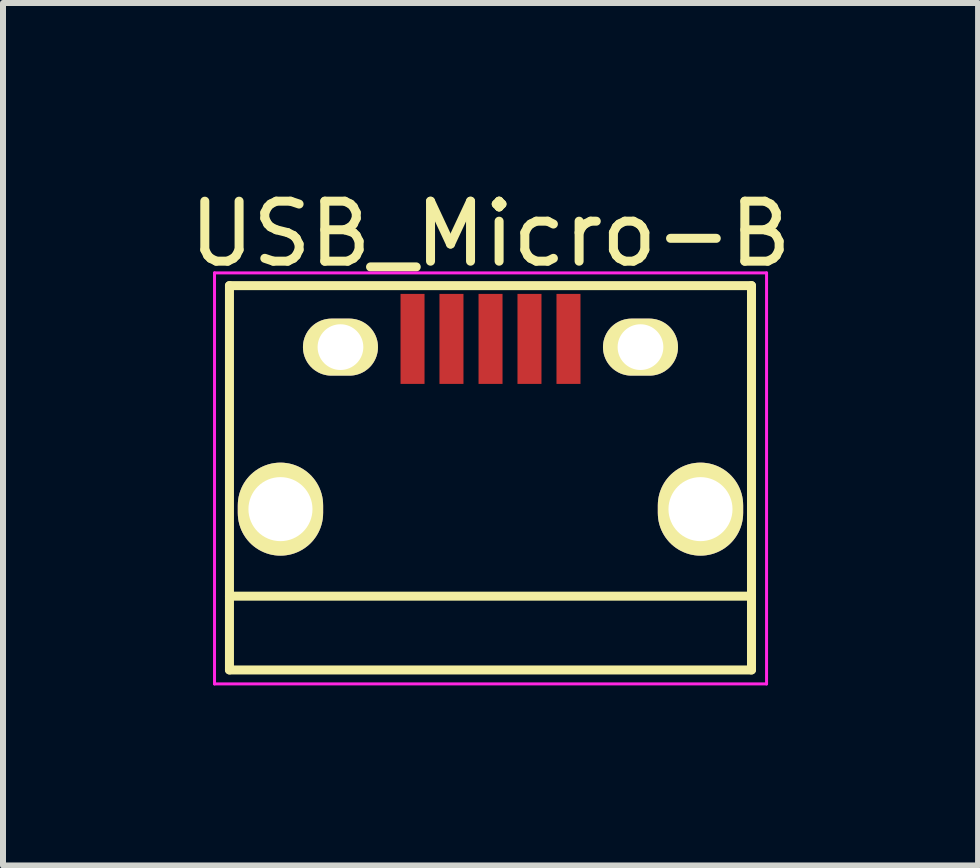
<source format=kicad_pcb>
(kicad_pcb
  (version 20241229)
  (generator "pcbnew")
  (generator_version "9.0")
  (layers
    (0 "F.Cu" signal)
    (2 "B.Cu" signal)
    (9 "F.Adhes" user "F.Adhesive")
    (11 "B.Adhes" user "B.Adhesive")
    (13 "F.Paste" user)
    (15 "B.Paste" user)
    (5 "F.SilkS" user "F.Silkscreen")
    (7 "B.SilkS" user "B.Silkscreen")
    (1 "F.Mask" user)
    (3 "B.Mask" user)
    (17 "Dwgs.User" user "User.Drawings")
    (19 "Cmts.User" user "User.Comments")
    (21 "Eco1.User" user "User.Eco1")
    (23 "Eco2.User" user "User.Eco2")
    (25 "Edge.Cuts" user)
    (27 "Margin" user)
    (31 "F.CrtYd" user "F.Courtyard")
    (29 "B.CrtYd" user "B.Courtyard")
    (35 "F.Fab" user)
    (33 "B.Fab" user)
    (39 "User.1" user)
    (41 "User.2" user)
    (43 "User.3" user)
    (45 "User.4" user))
  (footprint "USB_Micro-B"
    (layer "F.Cu")
    (at 5.125 4.298)
    (property "Reference" "USB_Micro-B" (at 0 -3.45 0) (layer "F.SilkS") (effects (font (size 1 1) (thickness 0.15))))
    (attr smd)
    (fp_line (start -4.351 -2.588) (end 4.349 -2.588) (stroke (width 0.15) (type solid)) (layer "F.SilkS"))
    (fp_line (start -4.351 3.817) (end -4.351 -2.588) (stroke (width 0.15) (type solid)) (layer "F.SilkS"))
    (fp_line (start -4.351 3.817) (end 4.349 3.817) (stroke (width 0.15) (type solid)) (layer "F.SilkS"))
    (fp_line (start 4.349 -2.588) (end 4.349 3.817) (stroke (width 0.15) (type solid)) (layer "F.SilkS"))
    (fp_line (start 4.349 2.587) (end -4.351 2.587) (stroke (width 0.15) (type solid)) (layer "F.SilkS"))
    (fp_line (start -4.6 -2.8) (end 4.6 -2.8) (stroke (width 0.05) (type solid)) (layer "F.CrtYd"))
    (fp_line (start -4.6 4.05) (end -4.6 -2.8) (stroke (width 0.05) (type solid)) (layer "F.CrtYd"))
    (fp_line (start 4.6 -2.8) (end 4.6 4.05) (stroke (width 0.05) (type solid)) (layer "F.CrtYd"))
    (fp_line (start 4.6 4.05) (end -4.6 4.05) (stroke (width 0.05) (type solid)) (layer "F.CrtYd"))
    (pad "1" smd rect (at -1.3 -1.7 90) (size 1.5 0.4) (layers "F.Cu" "F.Mask" "F.Paste"))
    (pad "2" smd rect (at -0.651 -1.7 90) (size 1.5 0.4) (layers "F.Cu" "F.Mask" "F.Paste"))
    (pad "3" smd rect (at 0 -1.7 90) (size 1.5 0.4) (layers "F.Cu" "F.Mask" "F.Paste"))
    (pad "4" smd rect (at 0.649 -1.7 90) (size 1.5 0.4) (layers "F.Cu" "F.Mask" "F.Paste"))
    (pad "5" smd rect (at 1.299 -1.7 90) (size 1.5 0.4) (layers "F.Cu" "F.Mask" "F.Paste"))
    (pad "6" thru_hole oval (at -3.501 1.137 90) (size 1.55 1.422) (drill oval 1.067) (layers "*.Cu" "*.Mask" "F.SilkS"))
    (pad "6" thru_hole oval (at -2.501 -1.563 90) (size 0.95 1.25) (drill oval 0.762) (layers "*.Cu" "*.Mask" "F.SilkS"))
    (pad "6" thru_hole oval (at 2.499 -1.563 90) (size 0.95 1.25) (drill oval 0.762) (layers "*.Cu" "*.Mask" "F.SilkS"))
    (pad "6" thru_hole oval (at 3.499 1.137 90) (size 1.55 1.422) (drill oval 1.067) (layers "*.Cu" "*.Mask" "F.SilkS")))
  (gr_rect
    (start -3 -3)
    (end 13.25 11.373)
    (stroke (width 0.1) (type default))
    (fill no)
    (layer "Edge.Cuts")))
</source>
